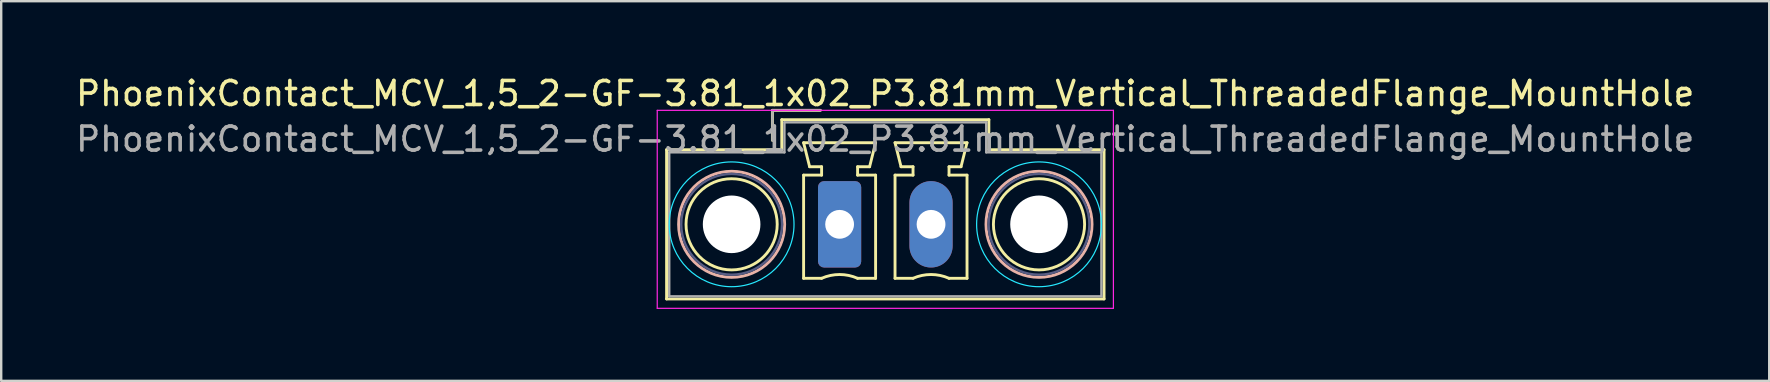
<source format=kicad_pcb>
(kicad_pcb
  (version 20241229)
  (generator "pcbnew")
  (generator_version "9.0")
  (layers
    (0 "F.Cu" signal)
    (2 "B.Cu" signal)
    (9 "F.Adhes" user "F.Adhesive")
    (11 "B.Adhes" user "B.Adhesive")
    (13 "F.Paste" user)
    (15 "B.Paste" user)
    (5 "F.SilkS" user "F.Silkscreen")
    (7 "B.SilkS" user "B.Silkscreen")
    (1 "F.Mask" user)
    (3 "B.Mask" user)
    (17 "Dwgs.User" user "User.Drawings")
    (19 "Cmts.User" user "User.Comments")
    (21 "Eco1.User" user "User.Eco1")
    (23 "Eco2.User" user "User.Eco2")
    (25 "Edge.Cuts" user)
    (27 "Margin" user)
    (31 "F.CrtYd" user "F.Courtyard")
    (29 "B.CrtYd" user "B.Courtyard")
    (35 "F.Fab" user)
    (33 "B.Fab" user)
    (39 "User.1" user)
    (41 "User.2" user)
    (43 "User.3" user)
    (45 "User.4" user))
  (footprint "PhoenixContact_MCV_1,5_2-GF-3.81_1x02_P3.81mm_Vertical_ThreadedFlange_MountHole"
    (layer "F.Cu")
    (at 31.939 6.298)
    (property "Reference" "PhoenixContact_MCV_1,5_2-GF-3.81_1x02_P3.81mm_Vertical_ThreadedFlange_MountHole" (at 1.9 -5.45 0) (layer "F.SilkS") (effects (font (size 1 1) (thickness 0.15))))
    (attr through_hole)
    (fp_line (start -7.21 -3.11) (end -7.21 3.11) (stroke (width 0.12) (type solid)) (layer "F.SilkS"))
    (fp_line (start -7.21 3.11) (end 11.02 3.11) (stroke (width 0.12) (type solid)) (layer "F.SilkS"))
    (fp_line (start -2.8 -4.75) (end -0.8 -4.75) (stroke (width 0.12) (type solid)) (layer "F.SilkS"))
    (fp_line (start -2.8 -3.5) (end -2.8 -4.75) (stroke (width 0.12) (type solid)) (layer "F.SilkS"))
    (fp_line (start -2.41 -4.36) (end -2.41 -3.11) (stroke (width 0.12) (type solid)) (layer "F.SilkS"))
    (fp_line (start -2.41 -3.11) (end -7.21 -3.11) (stroke (width 0.12) (type solid)) (layer "F.SilkS"))
    (fp_line (start -1.5 -3.4) (end 1.5 -3.4) (stroke (width 0.12) (type solid)) (layer "F.SilkS"))
    (fp_line (start -1.5 -2.05) (end -0.75 -2.05) (stroke (width 0.12) (type solid)) (layer "F.SilkS"))
    (fp_line (start -1.5 2.25) (end -1.5 -2.05) (stroke (width 0.12) (type solid)) (layer "F.SilkS"))
    (fp_line (start -1.25 -2.4) (end -1.5 -3.4) (stroke (width 0.12) (type solid)) (layer "F.SilkS"))
    (fp_line (start -0.75 -2.4) (end -1.25 -2.4) (stroke (width 0.12) (type solid)) (layer "F.SilkS"))
    (fp_line (start -0.75 -2.05) (end -0.75 -2.4) (stroke (width 0.12) (type solid)) (layer "F.SilkS"))
    (fp_line (start -0.75 2.25) (end -1.5 2.25) (stroke (width 0.12) (type solid)) (layer "F.SilkS"))
    (fp_line (start 0.75 -2.4) (end 0.75 -2.05) (stroke (width 0.12) (type solid)) (layer "F.SilkS"))
    (fp_line (start 0.75 -2.05) (end 1.5 -2.05) (stroke (width 0.12) (type solid)) (layer "F.SilkS"))
    (fp_line (start 1.25 -2.4) (end 0.75 -2.4) (stroke (width 0.12) (type solid)) (layer "F.SilkS"))
    (fp_line (start 1.5 -3.4) (end 1.25 -2.4) (stroke (width 0.12) (type solid)) (layer "F.SilkS"))
    (fp_line (start 1.5 -2.05) (end 1.5 2.25) (stroke (width 0.12) (type solid)) (layer "F.SilkS"))
    (fp_line (start 1.5 2.25) (end 0.75 2.25) (stroke (width 0.12) (type solid)) (layer "F.SilkS"))
    (fp_line (start 2.31 -3.4) (end 5.31 -3.4) (stroke (width 0.12) (type solid)) (layer "F.SilkS"))
    (fp_line (start 2.31 -2.05) (end 3.06 -2.05) (stroke (width 0.12) (type solid)) (layer "F.SilkS"))
    (fp_line (start 2.31 2.25) (end 2.31 -2.05) (stroke (width 0.12) (type solid)) (layer "F.SilkS"))
    (fp_line (start 2.56 -2.4) (end 2.31 -3.4) (stroke (width 0.12) (type solid)) (layer "F.SilkS"))
    (fp_line (start 3.06 -2.4) (end 2.56 -2.4) (stroke (width 0.12) (type solid)) (layer "F.SilkS"))
    (fp_line (start 3.06 -2.05) (end 3.06 -2.4) (stroke (width 0.12) (type solid)) (layer "F.SilkS"))
    (fp_line (start 3.06 2.25) (end 2.31 2.25) (stroke (width 0.12) (type solid)) (layer "F.SilkS"))
    (fp_line (start 4.56 -2.4) (end 4.56 -2.05) (stroke (width 0.12) (type solid)) (layer "F.SilkS"))
    (fp_line (start 4.56 -2.05) (end 5.31 -2.05) (stroke (width 0.12) (type solid)) (layer "F.SilkS"))
    (fp_line (start 5.06 -2.4) (end 4.56 -2.4) (stroke (width 0.12) (type solid)) (layer "F.SilkS"))
    (fp_line (start 5.31 -3.4) (end 5.06 -2.4) (stroke (width 0.12) (type solid)) (layer "F.SilkS"))
    (fp_line (start 5.31 -2.05) (end 5.31 2.25) (stroke (width 0.12) (type solid)) (layer "F.SilkS"))
    (fp_line (start 5.31 2.25) (end 4.56 2.25) (stroke (width 0.12) (type solid)) (layer "F.SilkS"))
    (fp_line (start 6.22 -4.36) (end -2.41 -4.36) (stroke (width 0.12) (type solid)) (layer "F.SilkS"))
    (fp_line (start 6.22 -3.11) (end 6.22 -4.36) (stroke (width 0.12) (type solid)) (layer "F.SilkS"))
    (fp_line (start 11.02 -3.11) (end 6.22 -3.11) (stroke (width 0.12) (type solid)) (layer "F.SilkS"))
    (fp_line (start 11.02 3.11) (end 11.02 -3.11) (stroke (width 0.12) (type solid)) (layer "F.SilkS"))
    (fp_arc (start -0.75 2.25) (mid -0.000193 2.09191) (end 0.749647 2.249844) (stroke (width 0.12) (type solid)) (layer "F.SilkS"))
    (fp_arc (start 3.06 2.25) (mid 3.809807 2.09191) (end 4.559647 2.249844) (stroke (width 0.12) (type solid)) (layer "F.SilkS"))
    (fp_circle (center -4.5 0) (end -2.6 0) (stroke (width 0.12) (type solid)) (fill no) (layer "F.SilkS"))
    (fp_circle (center 8.31 0) (end 10.21 0) (stroke (width 0.12) (type solid)) (fill no) (layer "F.SilkS"))
    (fp_circle (center -4.5 0) (end -2.29 0) (stroke (width 0.12) (type solid)) (fill no) (layer "B.SilkS"))
    (fp_circle (center 8.31 0) (end 10.52 0) (stroke (width 0.12) (type solid)) (fill no) (layer "B.SilkS"))
    (fp_circle (center -4.5 0) (end -1.9 0) (stroke (width 0.05) (type solid)) (fill no) (layer "B.CrtYd"))
    (fp_circle (center 8.31 0) (end 10.91 0) (stroke (width 0.05) (type solid)) (fill no) (layer "B.CrtYd"))
    (fp_line (start -7.6 -4.75) (end -7.6 3.5) (stroke (width 0.05) (type solid)) (layer "F.CrtYd"))
    (fp_line (start -7.6 3.5) (end 11.41 3.5) (stroke (width 0.05) (type solid)) (layer "F.CrtYd"))
    (fp_line (start 11.41 -4.75) (end -7.6 -4.75) (stroke (width 0.05) (type solid)) (layer "F.CrtYd"))
    (fp_line (start 11.41 3.5) (end 11.41 -4.75) (stroke (width 0.05) (type solid)) (layer "F.CrtYd"))
    (fp_circle (center -4.5 0) (end -2.4 0) (stroke (width 0.1) (type solid)) (fill no) (layer "B.Fab"))
    (fp_circle (center 8.31 0) (end 10.41 0) (stroke (width 0.1) (type solid)) (fill no) (layer "B.Fab"))
    (fp_line (start -7.1 -3) (end -7.1 3) (stroke (width 0.1) (type solid)) (layer "F.Fab"))
    (fp_line (start -7.1 3) (end 10.91 3) (stroke (width 0.1) (type solid)) (layer "F.Fab"))
    (fp_line (start -2.8 -4.75) (end -0.8 -4.75) (stroke (width 0.1) (type solid)) (layer "F.Fab"))
    (fp_line (start -2.8 -3.5) (end -2.8 -4.75) (stroke (width 0.1) (type solid)) (layer "F.Fab"))
    (fp_line (start -2.3 -4.25) (end -2.3 -3) (stroke (width 0.1) (type solid)) (layer "F.Fab"))
    (fp_line (start -2.3 -3) (end -7.1 -3) (stroke (width 0.1) (type solid)) (layer "F.Fab"))
    (fp_line (start 6.11 -4.25) (end -2.3 -4.25) (stroke (width 0.1) (type solid)) (layer "F.Fab"))
    (fp_line (start 6.11 -3) (end 6.11 -4.25) (stroke (width 0.1) (type solid)) (layer "F.Fab"))
    (fp_line (start 10.91 -3) (end 6.11 -3) (stroke (width 0.1) (type solid)) (layer "F.Fab"))
    (fp_line (start 10.91 3) (end 10.91 -3) (stroke (width 0.1) (type solid)) (layer "F.Fab"))
    (fp_text user "${REFERENCE}" (at 1.9 -3.55 0) (layer "F.Fab") (effects (font (size 1 1) (thickness 0.15))))
    (pad "" np_thru_hole circle (at -4.5 0) (size 2.4 2.4) (drill 2.4) (layers "*.Cu" "*.Mask"))
    (pad "" np_thru_hole circle (at 8.31 0) (size 2.4 2.4) (drill 2.4) (layers "*.Cu" "*.Mask"))
    (pad "1" thru_hole roundrect (at 0 0) (size 1.8 3.6) (drill 1.2) (layers "*.Cu" "*.Mask") (roundrect_rratio 0.139))
    (pad "2" thru_hole oval (at 3.81 0) (size 1.8 3.6) (drill 1.2) (layers "*.Cu" "*.Mask")))
  (gr_rect
    (start -3 -3)
    (end 70.679 12.823)
    (stroke (width 0.1) (type default))
    (fill no)
    (layer "Edge.Cuts")))
</source>
